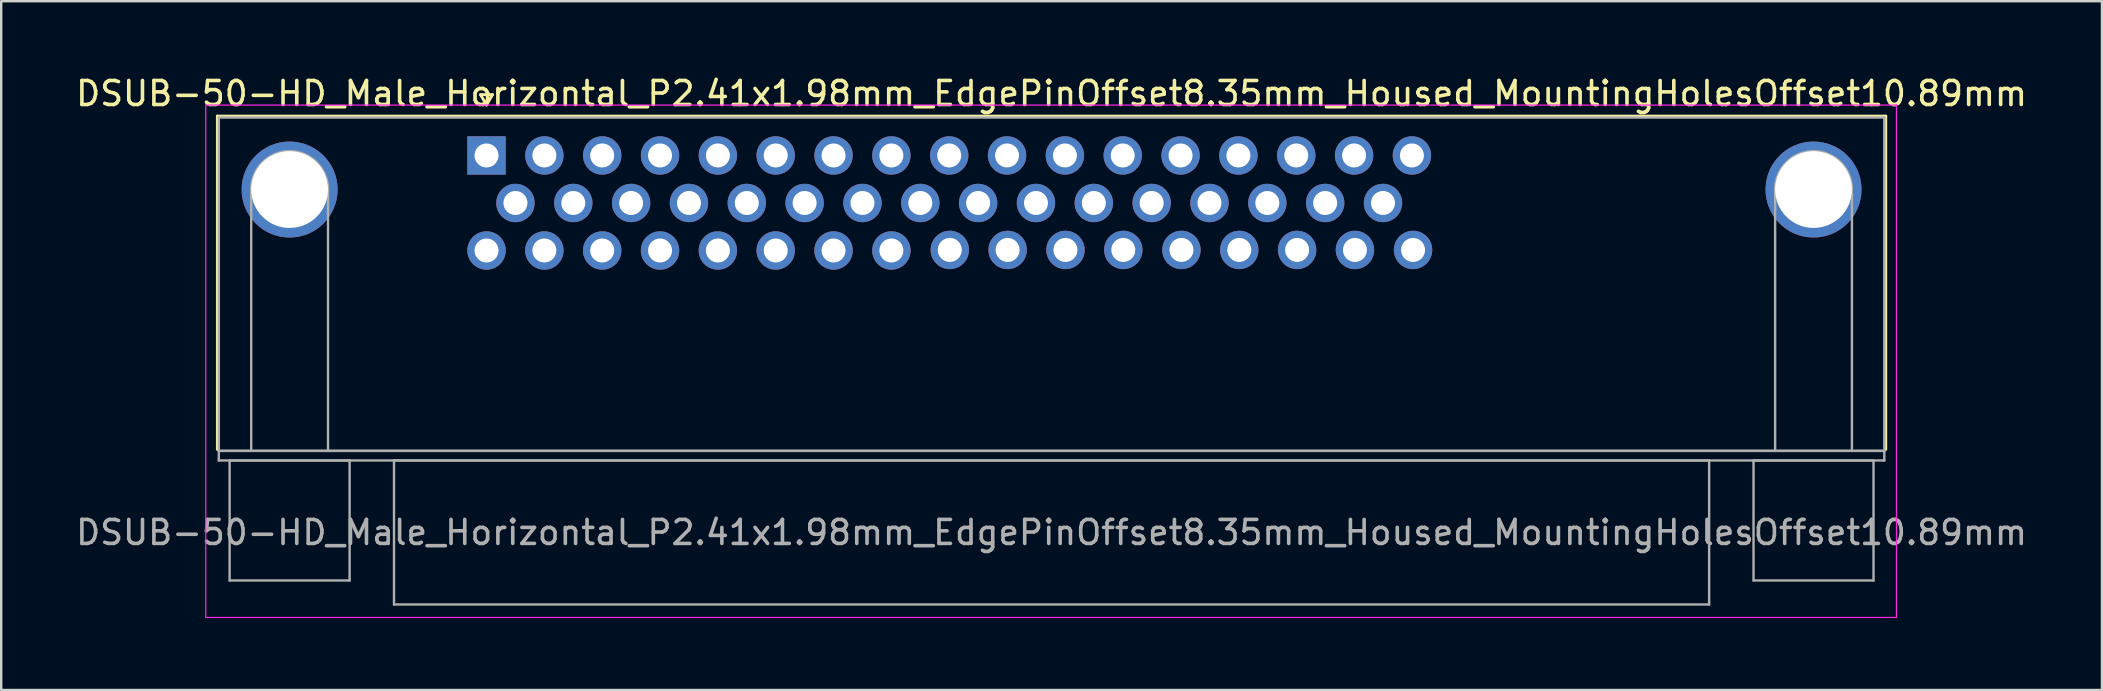
<source format=kicad_pcb>
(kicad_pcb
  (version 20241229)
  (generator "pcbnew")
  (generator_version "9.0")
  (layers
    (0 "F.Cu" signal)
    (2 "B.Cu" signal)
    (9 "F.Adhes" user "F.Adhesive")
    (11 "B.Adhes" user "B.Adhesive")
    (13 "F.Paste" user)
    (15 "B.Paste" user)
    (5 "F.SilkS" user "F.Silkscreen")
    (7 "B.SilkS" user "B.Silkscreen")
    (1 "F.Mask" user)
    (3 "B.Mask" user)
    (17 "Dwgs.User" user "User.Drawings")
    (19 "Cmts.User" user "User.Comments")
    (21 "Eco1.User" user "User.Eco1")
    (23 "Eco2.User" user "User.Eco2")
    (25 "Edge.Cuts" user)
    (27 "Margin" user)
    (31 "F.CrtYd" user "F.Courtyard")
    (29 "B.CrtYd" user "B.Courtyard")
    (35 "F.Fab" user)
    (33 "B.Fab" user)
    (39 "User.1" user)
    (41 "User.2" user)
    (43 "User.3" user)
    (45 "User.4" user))
  (footprint "DSUB-50-HD_Male_Horizontal_P2.41x1.98mm_EdgePinOffset8.35mm_Housed_MountingHolesOffset10.89mm"
    (layer "F.Cu")
    (at 17.223 3.428)
    (property "Reference" "DSUB-50-HD_Male_Horizontal_P2.41x1.98mm_EdgePinOffset8.35mm_Housed_MountingHolesOffset10.89mm" (at 23.545 -2.58 0) (layer "F.SilkS") (effects (font (size 1 1) (thickness 0.15))))
    (attr through_hole)
    (fp_line (start -11.215 -1.64) (end 58.305 -1.64) (stroke (width 0.12) (type solid)) (layer "F.SilkS"))
    (fp_line (start -11.215 12.25) (end -11.215 -1.64) (stroke (width 0.12) (type solid)) (layer "F.SilkS"))
    (fp_line (start -0.25 -2.534) (end 0.25 -2.534) (stroke (width 0.12) (type solid)) (layer "F.SilkS"))
    (fp_line (start 0 -2.101) (end -0.25 -2.534) (stroke (width 0.12) (type solid)) (layer "F.SilkS"))
    (fp_line (start 0.25 -2.534) (end 0 -2.101) (stroke (width 0.12) (type solid)) (layer "F.SilkS"))
    (fp_line (start 58.305 -1.64) (end 58.305 12.25) (stroke (width 0.12) (type solid)) (layer "F.SilkS"))
    (fp_line (start -11.7 -2.1) (end -11.7 19.25) (stroke (width 0.05) (type solid)) (layer "F.CrtYd"))
    (fp_line (start -11.7 19.25) (end 58.75 19.25) (stroke (width 0.05) (type solid)) (layer "F.CrtYd"))
    (fp_line (start 58.75 -2.1) (end -11.7 -2.1) (stroke (width 0.05) (type solid)) (layer "F.CrtYd"))
    (fp_line (start 58.75 19.25) (end 58.75 -2.1) (stroke (width 0.05) (type solid)) (layer "F.CrtYd"))
    (fp_line (start -11.155 -1.58) (end -11.155 12.31) (stroke (width 0.1) (type solid)) (layer "F.Fab"))
    (fp_line (start -11.155 12.31) (end -11.155 12.71) (stroke (width 0.1) (type solid)) (layer "F.Fab"))
    (fp_line (start -11.155 12.31) (end 58.245 12.31) (stroke (width 0.1) (type solid)) (layer "F.Fab"))
    (fp_line (start -11.155 12.71) (end 58.245 12.71) (stroke (width 0.1) (type solid)) (layer "F.Fab"))
    (fp_line (start -10.705 12.71) (end -10.705 17.71) (stroke (width 0.1) (type solid)) (layer "F.Fab"))
    (fp_line (start -10.705 17.71) (end -5.705 17.71) (stroke (width 0.1) (type solid)) (layer "F.Fab"))
    (fp_line (start -9.805 12.31) (end -9.805 1.42) (stroke (width 0.1) (type solid)) (layer "F.Fab"))
    (fp_line (start -6.605 12.31) (end -6.605 1.42) (stroke (width 0.1) (type solid)) (layer "F.Fab"))
    (fp_line (start -5.705 12.71) (end -10.705 12.71) (stroke (width 0.1) (type solid)) (layer "F.Fab"))
    (fp_line (start -5.705 17.71) (end -5.705 12.71) (stroke (width 0.1) (type solid)) (layer "F.Fab"))
    (fp_line (start -3.855 12.71) (end -3.855 18.71) (stroke (width 0.1) (type solid)) (layer "F.Fab"))
    (fp_line (start -3.855 18.71) (end 50.945 18.71) (stroke (width 0.1) (type solid)) (layer "F.Fab"))
    (fp_line (start 50.945 12.71) (end -3.855 12.71) (stroke (width 0.1) (type solid)) (layer "F.Fab"))
    (fp_line (start 50.945 18.71) (end 50.945 12.71) (stroke (width 0.1) (type solid)) (layer "F.Fab"))
    (fp_line (start 52.795 12.71) (end 52.795 17.71) (stroke (width 0.1) (type solid)) (layer "F.Fab"))
    (fp_line (start 52.795 17.71) (end 57.795 17.71) (stroke (width 0.1) (type solid)) (layer "F.Fab"))
    (fp_line (start 53.695 12.31) (end 53.695 1.42) (stroke (width 0.1) (type solid)) (layer "F.Fab"))
    (fp_line (start 56.895 12.31) (end 56.895 1.42) (stroke (width 0.1) (type solid)) (layer "F.Fab"))
    (fp_line (start 57.795 12.71) (end 52.795 12.71) (stroke (width 0.1) (type solid)) (layer "F.Fab"))
    (fp_line (start 57.795 17.71) (end 57.795 12.71) (stroke (width 0.1) (type solid)) (layer "F.Fab"))
    (fp_line (start 58.245 -1.58) (end -11.155 -1.58) (stroke (width 0.1) (type solid)) (layer "F.Fab"))
    (fp_line (start 58.245 12.31) (end -11.155 12.31) (stroke (width 0.1) (type solid)) (layer "F.Fab"))
    (fp_line (start 58.245 12.31) (end 58.245 -1.58) (stroke (width 0.1) (type solid)) (layer "F.Fab"))
    (fp_line (start 58.245 12.71) (end 58.245 12.31) (stroke (width 0.1) (type solid)) (layer "F.Fab"))
    (fp_arc (start -9.805 1.42) (mid -8.205 -0.18) (end -6.605 1.42) (stroke (width 0.1) (type solid)) (layer "F.Fab"))
    (fp_arc (start 53.695 1.42) (mid 55.295 -0.18) (end 56.895 1.42) (stroke (width 0.1) (type solid)) (layer "F.Fab"))
    (fp_text user "${REFERENCE}" (at 23.545 15.71 0) (layer "F.Fab") (effects (font (size 1 1) (thickness 0.15))))
    (pad "0" thru_hole circle (at -8.205 1.42) (size 4 4) (drill 3.2) (layers "*.Cu" "*.Mask"))
    (pad "0" thru_hole circle (at 55.295 1.42) (size 4 4) (drill 3.2) (layers "*.Cu" "*.Mask"))
    (pad "1" thru_hole rect (at 0 0) (size 1.6 1.6) (drill 1) (layers "*.Cu" "*.Mask"))
    (pad "2" thru_hole circle (at 2.41 0) (size 1.6 1.6) (drill 1) (layers "*.Cu" "*.Mask"))
    (pad "3" thru_hole circle (at 4.82 0) (size 1.6 1.6) (drill 1) (layers "*.Cu" "*.Mask"))
    (pad "4" thru_hole circle (at 7.23 0) (size 1.6 1.6) (drill 1) (layers "*.Cu" "*.Mask"))
    (pad "5" thru_hole circle (at 9.64 0) (size 1.6 1.6) (drill 1) (layers "*.Cu" "*.Mask"))
    (pad "6" thru_hole circle (at 12.05 0) (size 1.6 1.6) (drill 1) (layers "*.Cu" "*.Mask"))
    (pad "7" thru_hole circle (at 14.46 0) (size 1.6 1.6) (drill 1) (layers "*.Cu" "*.Mask"))
    (pad "8" thru_hole circle (at 16.87 0) (size 1.6 1.6) (drill 1) (layers "*.Cu" "*.Mask"))
    (pad "9" thru_hole circle (at 19.28 0) (size 1.6 1.6) (drill 1) (layers "*.Cu" "*.Mask"))
    (pad "10" thru_hole circle (at 21.69 0) (size 1.6 1.6) (drill 1) (layers "*.Cu" "*.Mask"))
    (pad "11" thru_hole circle (at 24.1 0) (size 1.6 1.6) (drill 1) (layers "*.Cu" "*.Mask"))
    (pad "12" thru_hole circle (at 26.51 0) (size 1.6 1.6) (drill 1) (layers "*.Cu" "*.Mask"))
    (pad "13" thru_hole circle (at 28.92 0) (size 1.6 1.6) (drill 1) (layers "*.Cu" "*.Mask"))
    (pad "14" thru_hole circle (at 31.33 0) (size 1.6 1.6) (drill 1) (layers "*.Cu" "*.Mask"))
    (pad "15" thru_hole circle (at 33.74 0) (size 1.6 1.6) (drill 1) (layers "*.Cu" "*.Mask"))
    (pad "16" thru_hole circle (at 36.15 0) (size 1.6 1.6) (drill 1) (layers "*.Cu" "*.Mask"))
    (pad "17" thru_hole circle (at 38.56 0) (size 1.6 1.6) (drill 1) (layers "*.Cu" "*.Mask"))
    (pad "18" thru_hole circle (at 1.205 1.98) (size 1.6 1.6) (drill 1) (layers "*.Cu" "*.Mask"))
    (pad "19" thru_hole circle (at 3.615 1.98) (size 1.6 1.6) (drill 1) (layers "*.Cu" "*.Mask"))
    (pad "20" thru_hole circle (at 6.025 1.98) (size 1.6 1.6) (drill 1) (layers "*.Cu" "*.Mask"))
    (pad "21" thru_hole circle (at 8.435 1.98) (size 1.6 1.6) (drill 1) (layers "*.Cu" "*.Mask"))
    (pad "22" thru_hole circle (at 10.845 1.98) (size 1.6 1.6) (drill 1) (layers "*.Cu" "*.Mask"))
    (pad "23" thru_hole circle (at 13.255 1.98) (size 1.6 1.6) (drill 1) (layers "*.Cu" "*.Mask"))
    (pad "24" thru_hole circle (at 15.665 1.98) (size 1.6 1.6) (drill 1) (layers "*.Cu" "*.Mask"))
    (pad "25" thru_hole circle (at 18.075 1.98) (size 1.6 1.6) (drill 1) (layers "*.Cu" "*.Mask"))
    (pad "26" thru_hole circle (at 20.485 1.98) (size 1.6 1.6) (drill 1) (layers "*.Cu" "*.Mask"))
    (pad "27" thru_hole circle (at 22.895 1.98) (size 1.6 1.6) (drill 1) (layers "*.Cu" "*.Mask"))
    (pad "28" thru_hole circle (at 25.305 1.98) (size 1.6 1.6) (drill 1) (layers "*.Cu" "*.Mask"))
    (pad "29" thru_hole circle (at 27.715 1.98) (size 1.6 1.6) (drill 1) (layers "*.Cu" "*.Mask"))
    (pad "30" thru_hole circle (at 30.125 1.98) (size 1.6 1.6) (drill 1) (layers "*.Cu" "*.Mask"))
    (pad "31" thru_hole circle (at 32.535 1.98) (size 1.6 1.6) (drill 1) (layers "*.Cu" "*.Mask"))
    (pad "32" thru_hole circle (at 34.945 1.98) (size 1.6 1.6) (drill 1) (layers "*.Cu" "*.Mask"))
    (pad "33" thru_hole circle (at 37.355 1.98) (size 1.6 1.6) (drill 1) (layers "*.Cu" "*.Mask"))
    (pad "34" thru_hole circle (at 0 3.96) (size 1.6 1.6) (drill 1) (layers "*.Cu" "*.Mask"))
    (pad "35" thru_hole circle (at 2.41 3.96) (size 1.6 1.6) (drill 1) (layers "*.Cu" "*.Mask"))
    (pad "36" thru_hole circle (at 4.82 3.96) (size 1.6 1.6) (drill 1) (layers "*.Cu" "*.Mask"))
    (pad "37" thru_hole circle (at 7.23 3.96) (size 1.6 1.6) (drill 1) (layers "*.Cu" "*.Mask"))
    (pad "38" thru_hole circle (at 9.64 3.96) (size 1.6 1.6) (drill 1) (layers "*.Cu" "*.Mask"))
    (pad "39" thru_hole circle (at 12.05 3.96) (size 1.6 1.6) (drill 1) (layers "*.Cu" "*.Mask"))
    (pad "40" thru_hole circle (at 14.46 3.96) (size 1.6 1.6) (drill 1) (layers "*.Cu" "*.Mask"))
    (pad "41" thru_hole circle (at 16.87 3.96) (size 1.6 1.6) (drill 1) (layers "*.Cu" "*.Mask"))
    (pad "42" thru_hole circle (at 19.304 3.937) (size 1.6 1.6) (drill 1) (layers "*.Cu" "*.Mask"))
    (pad "43" thru_hole circle (at 21.714 3.937) (size 1.6 1.6) (drill 1) (layers "*.Cu" "*.Mask"))
    (pad "44" thru_hole circle (at 24.124 3.937) (size 1.6 1.6) (drill 1) (layers "*.Cu" "*.Mask"))
    (pad "45" thru_hole circle (at 26.534 3.937) (size 1.6 1.6) (drill 1) (layers "*.Cu" "*.Mask"))
    (pad "46" thru_hole circle (at 28.956 3.937) (size 1.6 1.6) (drill 1) (layers "*.Cu" "*.Mask"))
    (pad "47" thru_hole circle (at 31.366 3.937) (size 1.6 1.6) (drill 1) (layers "*.Cu" "*.Mask"))
    (pad "48" thru_hole circle (at 33.776 3.937) (size 1.6 1.6) (drill 1) (layers "*.Cu" "*.Mask"))
    (pad "49" thru_hole circle (at 36.186 3.937) (size 1.6 1.6) (drill 1) (layers "*.Cu" "*.Mask"))
    (pad "50" thru_hole circle (at 38.608 3.937) (size 1.6 1.6) (drill 1) (layers "*.Cu" "*.Mask")))
  (gr_rect
    (start -3 -3)
    (end 84.536 25.703)
    (stroke (width 0.1) (type default))
    (fill no)
    (layer "Edge.Cuts")))
</source>
